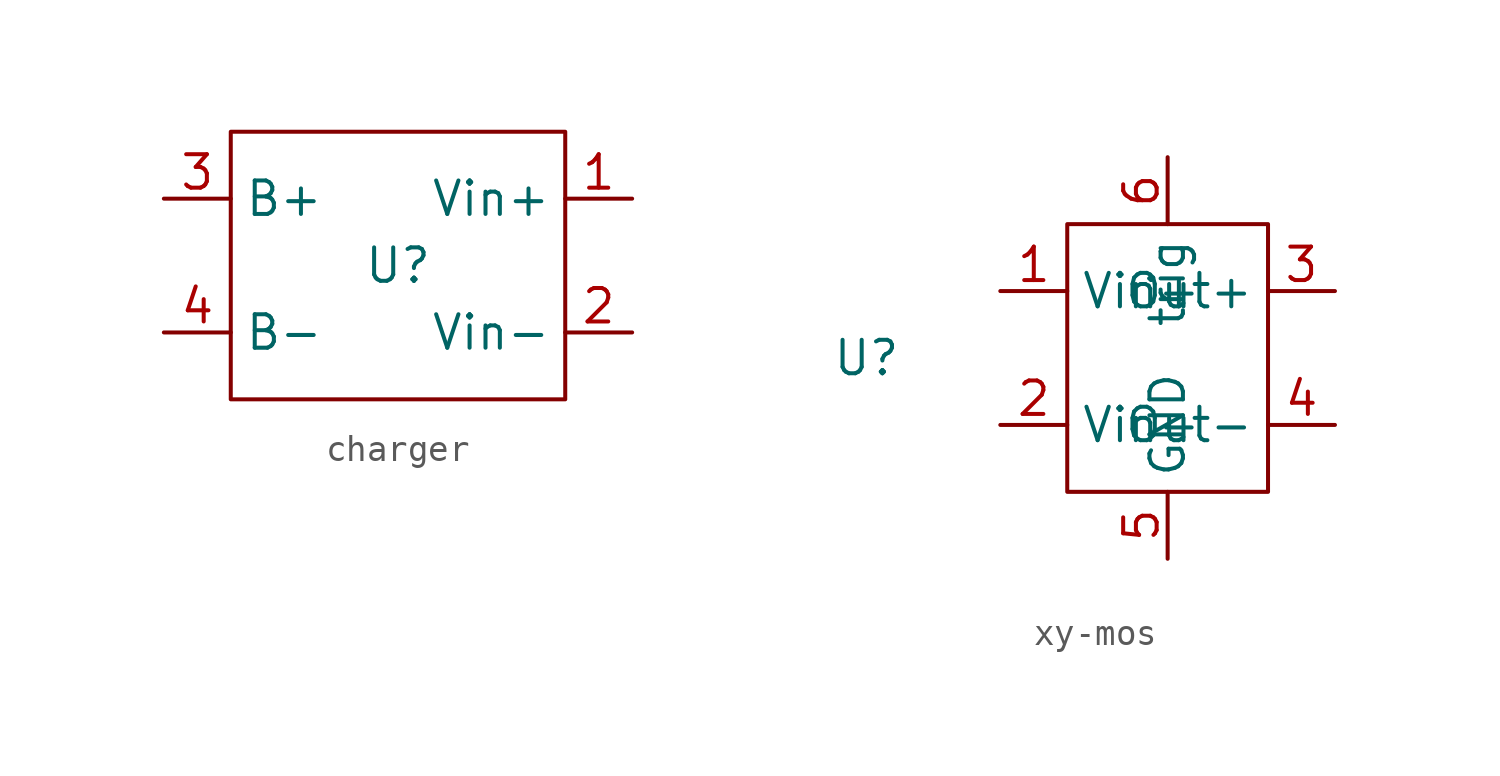
<source format=kicad_sym>
(kicad_symbol_lib
  (version 20220914)
  (generator kicad_symbol_editor)
  (symbol "charger"
    (property "Reference" "U"
      (at 0 0 0)
      (effects (font (size 1.27 1.27))))
    (property "Value" ""
      (at 0 0 0)
      (effects (font (size 1.27 1.27))))
    (symbol "charger_0_1"
      (rectangle (start -6.35 5.08) (end 6.35 -5.08) (stroke (width 0) (type default)) (fill (type none))))
    (symbol "charger_1_1"
      (pin input line (at 8.89 2.54 180) (length 2.54) (name "Vin+" (effects (font (size 1.27 1.27)))) (number "1" (effects (font (size 1.27 1.27)))))
      (pin input line (at 8.89 -2.54 180) (length 2.54) (name "Vin-" (effects (font (size 1.27 1.27)))) (number "2" (effects (font (size 1.27 1.27)))))
      (pin input line (at -8.89 2.54 0) (length 2.54) (name "B+" (effects (font (size 1.27 1.27)))) (number "3" (effects (font (size 1.27 1.27)))))
      (pin input line (at -8.89 -2.54 0) (length 2.54) (name "B-" (effects (font (size 1.27 1.27)))) (number "4" (effects (font (size 1.27 1.27)))))))
  (symbol "xy-mos"
    (property "Reference" "U"
      (at -11.43 0 0)
      (effects (font (size 1.27 1.27))))
    (property "Value" ""
      (at 0 0 0)
      (effects (font (size 1.27 1.27))))
    (symbol "xy-mos_0_1"
      (rectangle (start -3.81 5.08) (end 3.81 -5.08) (stroke (width 0) (type default)) (fill (type none))))
    (symbol "xy-mos_1_1"
      (pin power_in line (at -6.35 2.54 0) (length 2.54) (name "Vin+" (effects (font (size 1.27 1.27)))) (number "1" (effects (font (size 1.27 1.27)))))
      (pin power_in line (at -6.35 -2.54 0) (length 2.54) (name "Vin-" (effects (font (size 1.27 1.27)))) (number "2" (effects (font (size 1.27 1.27)))))
      (pin power_out line (at 6.35 2.54 180) (length 2.54) (name "Out+" (effects (font (size 1.27 1.27)))) (number "3" (effects (font (size 1.27 1.27)))))
      (pin power_out line (at 6.35 -2.54 180) (length 2.54) (name "Out-" (effects (font (size 1.27 1.27)))) (number "4" (effects (font (size 1.27 1.27)))))
      (pin input line (at 0 -7.62 90) (length 2.54) (name "GND" (effects (font (size 1.27 1.27)))) (number "5" (effects (font (size 1.27 1.27)))))
      (pin input line (at 0 7.62 270) (length 2.54) (name "trig" (effects (font (size 1.27 1.27)))) (number "6" (effects (font (size 1.27 1.27))))))))
</source>
